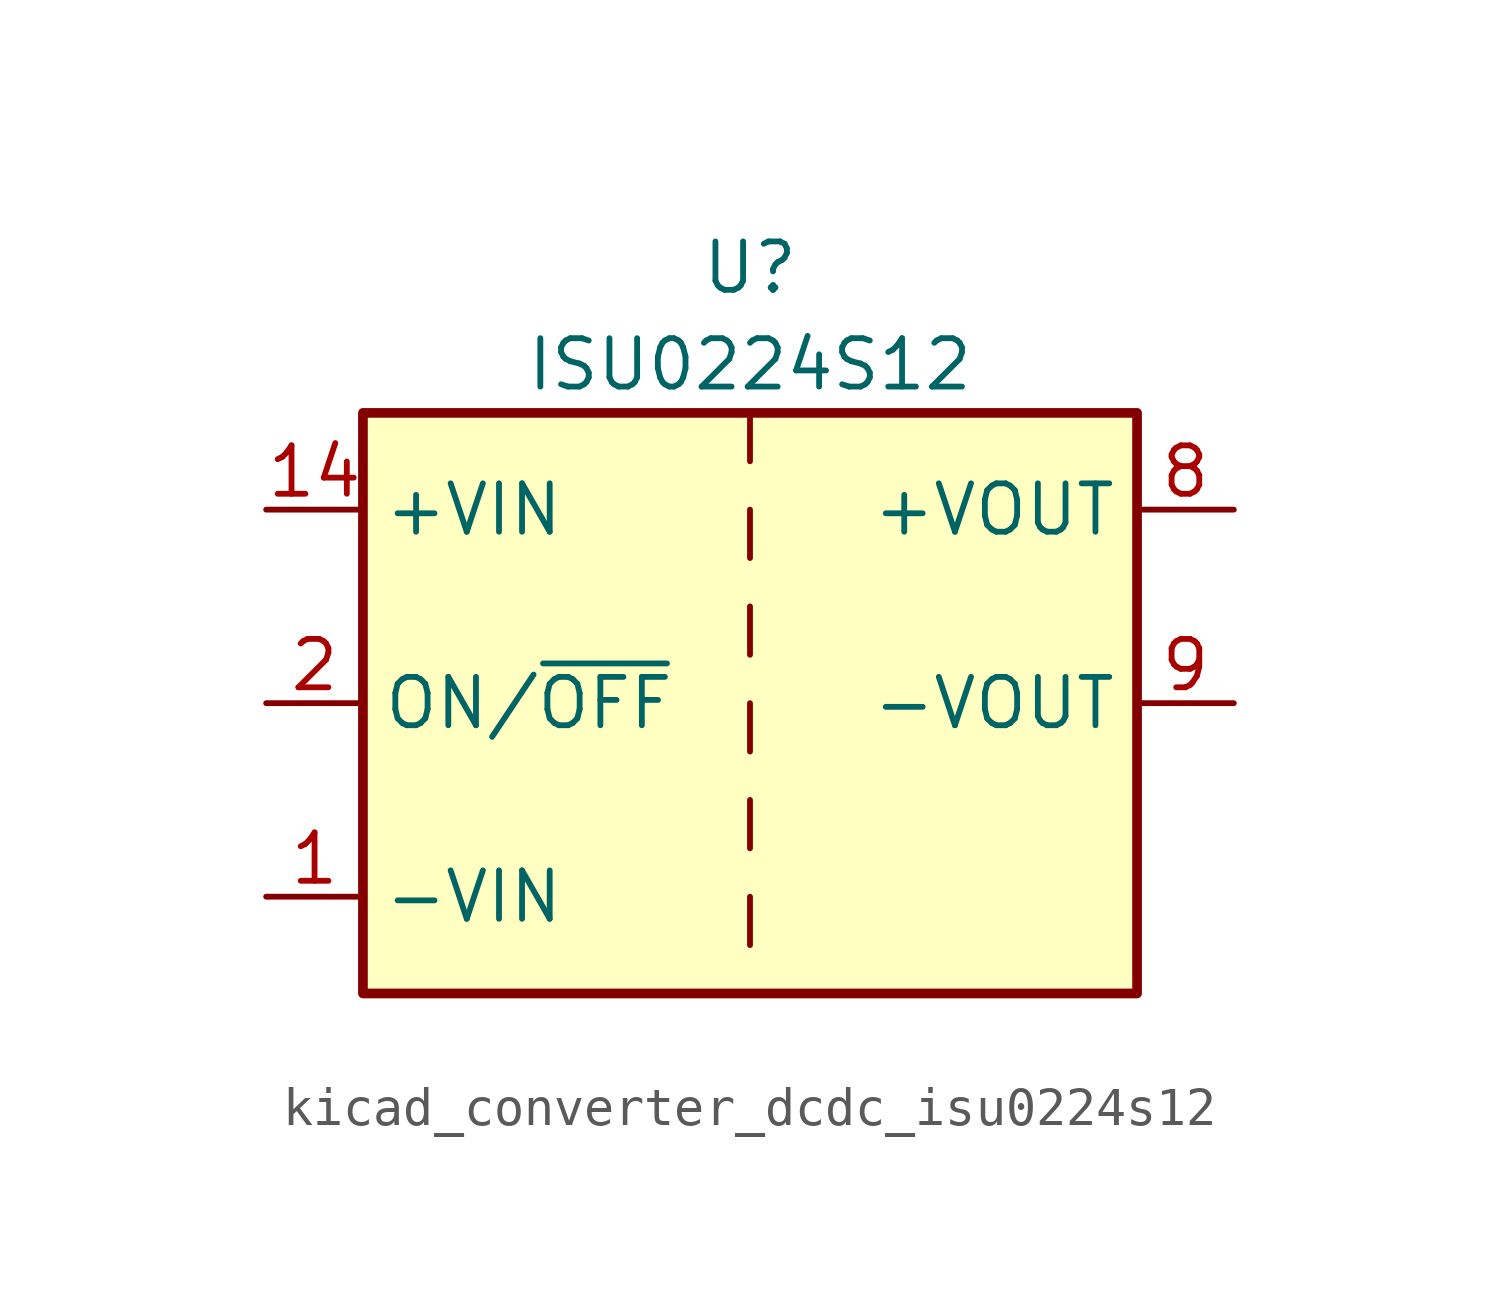
<source format=kicad_sym>
(kicad_symbol_lib
  (version 20220914)
  (generator kicad_symbol_editor)
  (symbol "kicad_converter_dcdc_isu0224s12"
    (property "Reference" "U"
      (at 0 11.43 0)
      (effects (font (size 1.27 1.27))))
    (property "Value" "ISU0224S12"
      (at 0 8.89 0)
      (effects (font (size 1.27 1.27))))
    (symbol "kicad_converter_dcdc_isu0224s12_0_1"
      (rectangle (start -10.16 7.62) (end 10.16 -7.62) (stroke (width 0.254) (type default)) (fill (type background)))
      (polyline (pts (xy 0 -5.08) (xy 0 -6.35)) (stroke (width 0) (type default)) (fill (type none)))
      (polyline (pts (xy 0 -2.54) (xy 0 -3.81)) (stroke (width 0) (type default)) (fill (type none)))
      (polyline (pts (xy 0 0) (xy 0 -1.27)) (stroke (width 0) (type default)) (fill (type none)))
      (polyline (pts (xy 0 2.54) (xy 0 1.27)) (stroke (width 0) (type default)) (fill (type none)))
      (polyline (pts (xy 0 5.08) (xy 0 3.81)) (stroke (width 0) (type default)) (fill (type none)))
      (polyline (pts (xy 0 7.62) (xy 0 6.35)) (stroke (width 0) (type default)) (fill (type none))))
    (symbol "kicad_converter_dcdc_isu0224s12_1_1"
      (pin power_in line (at -12.7 -5.08 0) (length 2.54) (name "-VIN" (effects (font (size 1.27 1.27)))) (number "1" (effects (font (size 1.27 1.27)))))
      (pin power_in line (at -12.7 5.08 0) (length 2.54) (name "+VIN" (effects (font (size 1.27 1.27)))) (number "14" (effects (font (size 1.27 1.27)))))
      (pin input line (at -12.7 0 0) (length 2.54) (name "ON/~{OFF}" (effects (font (size 1.27 1.27)))) (number "2" (effects (font (size 1.27 1.27)))))
      (pin no_connect line (at 10.16 -2.54 180) (length 2.54) hide (name "NC" (effects (font (size 1.27 1.27)))) (number "6" (effects (font (size 1.27 1.27)))))
      (pin no_connect line (at 10.16 -5.08 180) (length 2.54) hide (name "NC" (effects (font (size 1.27 1.27)))) (number "7" (effects (font (size 1.27 1.27)))))
      (pin power_out line (at 12.7 5.08 180) (length 2.54) (name "+VOUT" (effects (font (size 1.27 1.27)))) (number "8" (effects (font (size 1.27 1.27)))))
      (pin power_out line (at 12.7 0 180) (length 2.54) (name "-VOUT" (effects (font (size 1.27 1.27)))) (number "9" (effects (font (size 1.27 1.27))))))))
</source>
